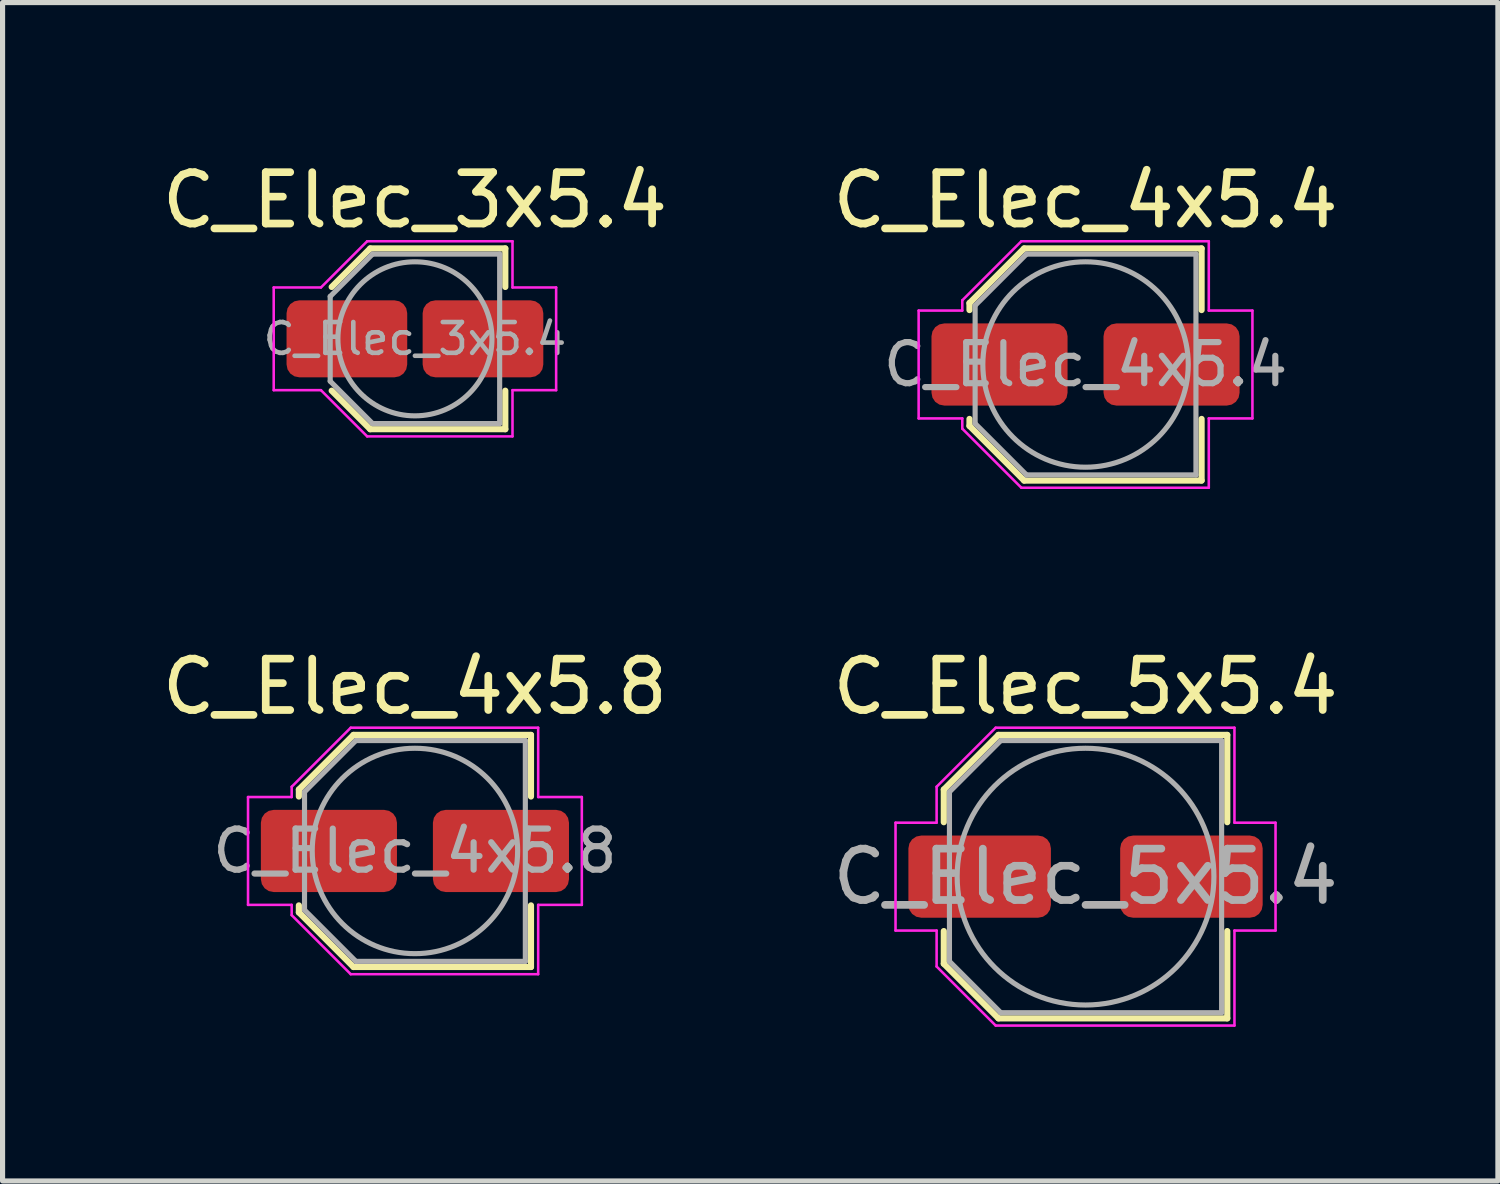
<source format=kicad_pcb>
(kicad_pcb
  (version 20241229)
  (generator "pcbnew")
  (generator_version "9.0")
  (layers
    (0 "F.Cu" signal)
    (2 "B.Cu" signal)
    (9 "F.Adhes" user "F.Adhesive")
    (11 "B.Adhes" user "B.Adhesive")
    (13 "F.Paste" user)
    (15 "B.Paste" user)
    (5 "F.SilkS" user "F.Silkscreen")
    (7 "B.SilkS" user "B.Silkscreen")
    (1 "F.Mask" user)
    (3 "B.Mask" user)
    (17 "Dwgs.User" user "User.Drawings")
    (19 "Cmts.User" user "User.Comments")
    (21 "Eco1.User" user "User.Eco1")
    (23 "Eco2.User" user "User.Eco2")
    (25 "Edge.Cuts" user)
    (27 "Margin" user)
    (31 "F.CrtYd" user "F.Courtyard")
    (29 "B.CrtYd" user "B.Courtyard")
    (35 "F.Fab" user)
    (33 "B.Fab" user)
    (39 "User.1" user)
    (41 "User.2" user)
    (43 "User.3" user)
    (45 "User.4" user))
  (footprint "C_Elec_4x5.4"
    (layer "F.Cu")
    (at 18.089 4.048)
    (property "Reference" "C_Elec_4x5.4" (at 0 -3.2 0) (layer "F.SilkS") (effects (font (size 1 1) (thickness 0.15))))
    (attr smd)
    (fp_line (start -2.26 -1.196) (end -2.26 -1.06) (stroke (width 0.12) (type solid)) (layer "F.SilkS"))
    (fp_line (start -2.26 -1.196) (end -1.196 -2.26) (stroke (width 0.12) (type solid)) (layer "F.SilkS"))
    (fp_line (start -2.26 1.196) (end -2.26 1.06) (stroke (width 0.12) (type solid)) (layer "F.SilkS"))
    (fp_line (start -2.26 1.196) (end -1.196 2.26) (stroke (width 0.12) (type solid)) (layer "F.SilkS"))
    (fp_line (start -1.196 -2.26) (end 2.26 -2.26) (stroke (width 0.12) (type solid)) (layer "F.SilkS"))
    (fp_line (start -1.196 2.26) (end 2.26 2.26) (stroke (width 0.12) (type solid)) (layer "F.SilkS"))
    (fp_line (start 2.26 -2.26) (end 2.26 -1.06) (stroke (width 0.12) (type solid)) (layer "F.SilkS"))
    (fp_line (start 2.26 2.26) (end 2.26 1.06) (stroke (width 0.12) (type solid)) (layer "F.SilkS"))
    (fp_line (start -3.25 -1.05) (end -3.25 1.05) (stroke (width 0.05) (type solid)) (layer "F.CrtYd"))
    (fp_line (start -3.25 1.05) (end -2.4 1.05) (stroke (width 0.05) (type solid)) (layer "F.CrtYd"))
    (fp_line (start -2.4 -1.25) (end -2.4 -1.05) (stroke (width 0.05) (type solid)) (layer "F.CrtYd"))
    (fp_line (start -2.4 -1.25) (end -1.25 -2.4) (stroke (width 0.05) (type solid)) (layer "F.CrtYd"))
    (fp_line (start -2.4 -1.05) (end -3.25 -1.05) (stroke (width 0.05) (type solid)) (layer "F.CrtYd"))
    (fp_line (start -2.4 1.05) (end -2.4 1.25) (stroke (width 0.05) (type solid)) (layer "F.CrtYd"))
    (fp_line (start -2.4 1.25) (end -1.25 2.4) (stroke (width 0.05) (type solid)) (layer "F.CrtYd"))
    (fp_line (start -1.25 -2.4) (end 2.4 -2.4) (stroke (width 0.05) (type solid)) (layer "F.CrtYd"))
    (fp_line (start -1.25 2.4) (end 2.4 2.4) (stroke (width 0.05) (type solid)) (layer "F.CrtYd"))
    (fp_line (start 2.4 -2.4) (end 2.4 -1.05) (stroke (width 0.05) (type solid)) (layer "F.CrtYd"))
    (fp_line (start 2.4 -1.05) (end 3.25 -1.05) (stroke (width 0.05) (type solid)) (layer "F.CrtYd"))
    (fp_line (start 2.4 1.05) (end 2.4 2.4) (stroke (width 0.05) (type solid)) (layer "F.CrtYd"))
    (fp_line (start 3.25 -1.05) (end 3.25 1.05) (stroke (width 0.05) (type solid)) (layer "F.CrtYd"))
    (fp_line (start 3.25 1.05) (end 2.4 1.05) (stroke (width 0.05) (type solid)) (layer "F.CrtYd"))
    (fp_line (start -2.15 -1.15) (end -2.15 1.15) (stroke (width 0.1) (type solid)) (layer "F.Fab"))
    (fp_line (start -2.15 -1.15) (end -1.15 -2.15) (stroke (width 0.1) (type solid)) (layer "F.Fab"))
    (fp_line (start -2.15 1.15) (end -1.15 2.15) (stroke (width 0.1) (type solid)) (layer "F.Fab"))
    (fp_line (start -1.15 -2.15) (end 2.15 -2.15) (stroke (width 0.1) (type solid)) (layer "F.Fab"))
    (fp_line (start -1.15 2.15) (end 2.15 2.15) (stroke (width 0.1) (type solid)) (layer "F.Fab"))
    (fp_line (start 2.15 -2.15) (end 2.15 2.15) (stroke (width 0.1) (type solid)) (layer "F.Fab"))
    (fp_circle (center 0 0) (end 2 0) (stroke (width 0.1) (type solid)) (fill no) (layer "F.Fab"))
    (fp_text user "${REFERENCE}" (at 0 0 0) (layer "F.Fab") (effects (font (size 0.8 0.8) (thickness 0.12))))
    (pad "1" smd roundrect (at -1.675 0) (size 2.65 1.6) (layers "F.Cu" "F.Mask" "F.Paste") (roundrect_rratio 0.156))
    (pad "2" smd roundrect (at 1.675 0) (size 2.65 1.6) (layers "F.Cu" "F.Mask" "F.Paste") (roundrect_rratio 0.156)))
  (footprint "C_Elec_3x5.4"
    (layer "F.Cu")
    (at 5.03 3.548)
    (property "Reference" "C_Elec_3x5.4" (at 0 -2.7 0) (layer "F.SilkS") (effects (font (size 1 1) (thickness 0.15))))
    (attr smd)
    (fp_line (start -1.621 -1.01) (end -0.871 -1.76) (stroke (width 0.12) (type solid)) (layer "F.SilkS"))
    (fp_line (start -1.621 1.01) (end -0.871 1.76) (stroke (width 0.12) (type solid)) (layer "F.SilkS"))
    (fp_line (start -0.871 -1.76) (end 1.76 -1.76) (stroke (width 0.12) (type solid)) (layer "F.SilkS"))
    (fp_line (start -0.871 1.76) (end 1.76 1.76) (stroke (width 0.12) (type solid)) (layer "F.SilkS"))
    (fp_line (start 1.76 -1.76) (end 1.76 -1.01) (stroke (width 0.12) (type solid)) (layer "F.SilkS"))
    (fp_line (start 1.76 1.76) (end 1.76 1.01) (stroke (width 0.12) (type solid)) (layer "F.SilkS"))
    (fp_line (start -2.75 -1) (end -2.75 1) (stroke (width 0.05) (type solid)) (layer "F.CrtYd"))
    (fp_line (start -2.75 1) (end -1.83 1) (stroke (width 0.05) (type solid)) (layer "F.CrtYd"))
    (fp_line (start -1.83 -1) (end -2.75 -1) (stroke (width 0.05) (type solid)) (layer "F.CrtYd"))
    (fp_line (start -1.83 -1) (end -0.93 -1.9) (stroke (width 0.05) (type solid)) (layer "F.CrtYd"))
    (fp_line (start -1.83 1) (end -0.93 1.9) (stroke (width 0.05) (type solid)) (layer "F.CrtYd"))
    (fp_line (start -0.93 -1.9) (end 1.9 -1.9) (stroke (width 0.05) (type solid)) (layer "F.CrtYd"))
    (fp_line (start -0.93 1.9) (end 1.9 1.9) (stroke (width 0.05) (type solid)) (layer "F.CrtYd"))
    (fp_line (start 1.9 -1.9) (end 1.9 -1) (stroke (width 0.05) (type solid)) (layer "F.CrtYd"))
    (fp_line (start 1.9 -1) (end 2.75 -1) (stroke (width 0.05) (type solid)) (layer "F.CrtYd"))
    (fp_line (start 1.9 1) (end 1.9 1.9) (stroke (width 0.05) (type solid)) (layer "F.CrtYd"))
    (fp_line (start 2.75 -1) (end 2.75 1) (stroke (width 0.05) (type solid)) (layer "F.CrtYd"))
    (fp_line (start 2.75 1) (end 1.9 1) (stroke (width 0.05) (type solid)) (layer "F.CrtYd"))
    (fp_line (start -1.65 -0.825) (end -1.65 0.825) (stroke (width 0.1) (type solid)) (layer "F.Fab"))
    (fp_line (start -1.65 -0.825) (end -0.825 -1.65) (stroke (width 0.1) (type solid)) (layer "F.Fab"))
    (fp_line (start -1.65 0.825) (end -0.825 1.65) (stroke (width 0.1) (type solid)) (layer "F.Fab"))
    (fp_line (start -0.825 -1.65) (end 1.65 -1.65) (stroke (width 0.1) (type solid)) (layer "F.Fab"))
    (fp_line (start -0.825 1.65) (end 1.65 1.65) (stroke (width 0.1) (type solid)) (layer "F.Fab"))
    (fp_line (start 1.65 -1.65) (end 1.65 1.65) (stroke (width 0.1) (type solid)) (layer "F.Fab"))
    (fp_circle (center 0 0) (end 1.5 0) (stroke (width 0.1) (type solid)) (fill no) (layer "F.Fab"))
    (fp_text user "${REFERENCE}" (at 0 0 0) (layer "F.Fab") (effects (font (size 0.6 0.6) (thickness 0.09))))
    (pad "1" smd roundrect (at -1.325 0) (size 2.35 1.5) (layers "F.Cu" "F.Mask" "F.Paste") (roundrect_rratio 0.167))
    (pad "2" smd roundrect (at 1.325 0) (size 2.35 1.5) (layers "F.Cu" "F.Mask" "F.Paste") (roundrect_rratio 0.167)))
  (footprint "C_Elec_4x5.8"
    (layer "F.Cu")
    (at 5.03 13.521)
    (property "Reference" "C_Elec_4x5.8" (at 0 -3.2 0) (layer "F.SilkS") (effects (font (size 1 1) (thickness 0.15))))
    (attr smd)
    (fp_line (start -2.26 -1.196) (end -2.26 -1.06) (stroke (width 0.12) (type solid)) (layer "F.SilkS"))
    (fp_line (start -2.26 -1.196) (end -1.196 -2.26) (stroke (width 0.12) (type solid)) (layer "F.SilkS"))
    (fp_line (start -2.26 1.196) (end -2.26 1.06) (stroke (width 0.12) (type solid)) (layer "F.SilkS"))
    (fp_line (start -2.26 1.196) (end -1.196 2.26) (stroke (width 0.12) (type solid)) (layer "F.SilkS"))
    (fp_line (start -1.196 -2.26) (end 2.26 -2.26) (stroke (width 0.12) (type solid)) (layer "F.SilkS"))
    (fp_line (start -1.196 2.26) (end 2.26 2.26) (stroke (width 0.12) (type solid)) (layer "F.SilkS"))
    (fp_line (start 2.26 -2.26) (end 2.26 -1.06) (stroke (width 0.12) (type solid)) (layer "F.SilkS"))
    (fp_line (start 2.26 2.26) (end 2.26 1.06) (stroke (width 0.12) (type solid)) (layer "F.SilkS"))
    (fp_line (start -3.25 -1.05) (end -3.25 1.05) (stroke (width 0.05) (type solid)) (layer "F.CrtYd"))
    (fp_line (start -3.25 1.05) (end -2.4 1.05) (stroke (width 0.05) (type solid)) (layer "F.CrtYd"))
    (fp_line (start -2.4 -1.25) (end -2.4 -1.05) (stroke (width 0.05) (type solid)) (layer "F.CrtYd"))
    (fp_line (start -2.4 -1.25) (end -1.25 -2.4) (stroke (width 0.05) (type solid)) (layer "F.CrtYd"))
    (fp_line (start -2.4 -1.05) (end -3.25 -1.05) (stroke (width 0.05) (type solid)) (layer "F.CrtYd"))
    (fp_line (start -2.4 1.05) (end -2.4 1.25) (stroke (width 0.05) (type solid)) (layer "F.CrtYd"))
    (fp_line (start -2.4 1.25) (end -1.25 2.4) (stroke (width 0.05) (type solid)) (layer "F.CrtYd"))
    (fp_line (start -1.25 -2.4) (end 2.4 -2.4) (stroke (width 0.05) (type solid)) (layer "F.CrtYd"))
    (fp_line (start -1.25 2.4) (end 2.4 2.4) (stroke (width 0.05) (type solid)) (layer "F.CrtYd"))
    (fp_line (start 2.4 -2.4) (end 2.4 -1.05) (stroke (width 0.05) (type solid)) (layer "F.CrtYd"))
    (fp_line (start 2.4 -1.05) (end 3.25 -1.05) (stroke (width 0.05) (type solid)) (layer "F.CrtYd"))
    (fp_line (start 2.4 1.05) (end 2.4 2.4) (stroke (width 0.05) (type solid)) (layer "F.CrtYd"))
    (fp_line (start 3.25 -1.05) (end 3.25 1.05) (stroke (width 0.05) (type solid)) (layer "F.CrtYd"))
    (fp_line (start 3.25 1.05) (end 2.4 1.05) (stroke (width 0.05) (type solid)) (layer "F.CrtYd"))
    (fp_line (start -2.15 -1.15) (end -2.15 1.15) (stroke (width 0.1) (type solid)) (layer "F.Fab"))
    (fp_line (start -2.15 -1.15) (end -1.15 -2.15) (stroke (width 0.1) (type solid)) (layer "F.Fab"))
    (fp_line (start -2.15 1.15) (end -1.15 2.15) (stroke (width 0.1) (type solid)) (layer "F.Fab"))
    (fp_line (start -1.15 -2.15) (end 2.15 -2.15) (stroke (width 0.1) (type solid)) (layer "F.Fab"))
    (fp_line (start -1.15 2.15) (end 2.15 2.15) (stroke (width 0.1) (type solid)) (layer "F.Fab"))
    (fp_line (start 2.15 -2.15) (end 2.15 2.15) (stroke (width 0.1) (type solid)) (layer "F.Fab"))
    (fp_circle (center 0 0) (end 2 0) (stroke (width 0.1) (type solid)) (fill no) (layer "F.Fab"))
    (fp_text user "${REFERENCE}" (at 0 0 0) (layer "F.Fab") (effects (font (size 0.8 0.8) (thickness 0.12))))
    (pad "1" smd roundrect (at -1.675 0) (size 2.65 1.6) (layers "F.Cu" "F.Mask" "F.Paste") (roundrect_rratio 0.156))
    (pad "2" smd roundrect (at 1.675 0) (size 2.65 1.6) (layers "F.Cu" "F.Mask" "F.Paste") (roundrect_rratio 0.156)))
  (footprint "C_Elec_5x5.4"
    (layer "F.Cu")
    (at 18.089 14.021)
    (property "Reference" "C_Elec_5x5.4" (at 0 -3.7 0) (layer "F.SilkS") (effects (font (size 1 1) (thickness 0.15))))
    (attr smd)
    (fp_line (start -2.76 -1.696) (end -2.76 -1.06) (stroke (width 0.12) (type solid)) (layer "F.SilkS"))
    (fp_line (start -2.76 -1.696) (end -1.696 -2.76) (stroke (width 0.12) (type solid)) (layer "F.SilkS"))
    (fp_line (start -2.76 1.696) (end -2.76 1.06) (stroke (width 0.12) (type solid)) (layer "F.SilkS"))
    (fp_line (start -2.76 1.696) (end -1.696 2.76) (stroke (width 0.12) (type solid)) (layer "F.SilkS"))
    (fp_line (start -1.696 -2.76) (end 2.76 -2.76) (stroke (width 0.12) (type solid)) (layer "F.SilkS"))
    (fp_line (start -1.696 2.76) (end 2.76 2.76) (stroke (width 0.12) (type solid)) (layer "F.SilkS"))
    (fp_line (start 2.76 -2.76) (end 2.76 -1.06) (stroke (width 0.12) (type solid)) (layer "F.SilkS"))
    (fp_line (start 2.76 2.76) (end 2.76 1.06) (stroke (width 0.12) (type solid)) (layer "F.SilkS"))
    (fp_line (start -3.7 -1.05) (end -3.7 1.05) (stroke (width 0.05) (type solid)) (layer "F.CrtYd"))
    (fp_line (start -3.7 1.05) (end -2.9 1.05) (stroke (width 0.05) (type solid)) (layer "F.CrtYd"))
    (fp_line (start -2.9 -1.75) (end -2.9 -1.05) (stroke (width 0.05) (type solid)) (layer "F.CrtYd"))
    (fp_line (start -2.9 -1.75) (end -1.75 -2.9) (stroke (width 0.05) (type solid)) (layer "F.CrtYd"))
    (fp_line (start -2.9 -1.05) (end -3.7 -1.05) (stroke (width 0.05) (type solid)) (layer "F.CrtYd"))
    (fp_line (start -2.9 1.05) (end -2.9 1.75) (stroke (width 0.05) (type solid)) (layer "F.CrtYd"))
    (fp_line (start -2.9 1.75) (end -1.75 2.9) (stroke (width 0.05) (type solid)) (layer "F.CrtYd"))
    (fp_line (start -1.75 -2.9) (end 2.9 -2.9) (stroke (width 0.05) (type solid)) (layer "F.CrtYd"))
    (fp_line (start -1.75 2.9) (end 2.9 2.9) (stroke (width 0.05) (type solid)) (layer "F.CrtYd"))
    (fp_line (start 2.9 -2.9) (end 2.9 -1.05) (stroke (width 0.05) (type solid)) (layer "F.CrtYd"))
    (fp_line (start 2.9 -1.05) (end 3.7 -1.05) (stroke (width 0.05) (type solid)) (layer "F.CrtYd"))
    (fp_line (start 2.9 1.05) (end 2.9 2.9) (stroke (width 0.05) (type solid)) (layer "F.CrtYd"))
    (fp_line (start 3.7 -1.05) (end 3.7 1.05) (stroke (width 0.05) (type solid)) (layer "F.CrtYd"))
    (fp_line (start 3.7 1.05) (end 2.9 1.05) (stroke (width 0.05) (type solid)) (layer "F.CrtYd"))
    (fp_line (start -2.65 -1.65) (end -2.65 1.65) (stroke (width 0.1) (type solid)) (layer "F.Fab"))
    (fp_line (start -2.65 -1.65) (end -1.65 -2.65) (stroke (width 0.1) (type solid)) (layer "F.Fab"))
    (fp_line (start -2.65 1.65) (end -1.65 2.65) (stroke (width 0.1) (type solid)) (layer "F.Fab"))
    (fp_line (start -1.65 -2.65) (end 2.65 -2.65) (stroke (width 0.1) (type solid)) (layer "F.Fab"))
    (fp_line (start -1.65 2.65) (end 2.65 2.65) (stroke (width 0.1) (type solid)) (layer "F.Fab"))
    (fp_line (start 2.65 -2.65) (end 2.65 2.65) (stroke (width 0.1) (type solid)) (layer "F.Fab"))
    (fp_circle (center 0 0) (end 2.5 0) (stroke (width 0.1) (type solid)) (fill no) (layer "F.Fab"))
    (fp_text user "${REFERENCE}" (at 0 0 0) (layer "F.Fab") (effects (font (size 1 1) (thickness 0.15))))
    (pad "1" smd roundrect (at -2.062 0) (size 2.775 1.6) (layers "F.Cu" "F.Mask" "F.Paste") (roundrect_rratio 0.156))
    (pad "2" smd roundrect (at 2.062 0) (size 2.775 1.6) (layers "F.Cu" "F.Mask" "F.Paste") (roundrect_rratio 0.156)))
  (gr_rect
    (start -3 -3)
    (end 26.119 19.947)
    (stroke (width 0.1) (type default))
    (fill no)
    (layer "Edge.Cuts")))
</source>
